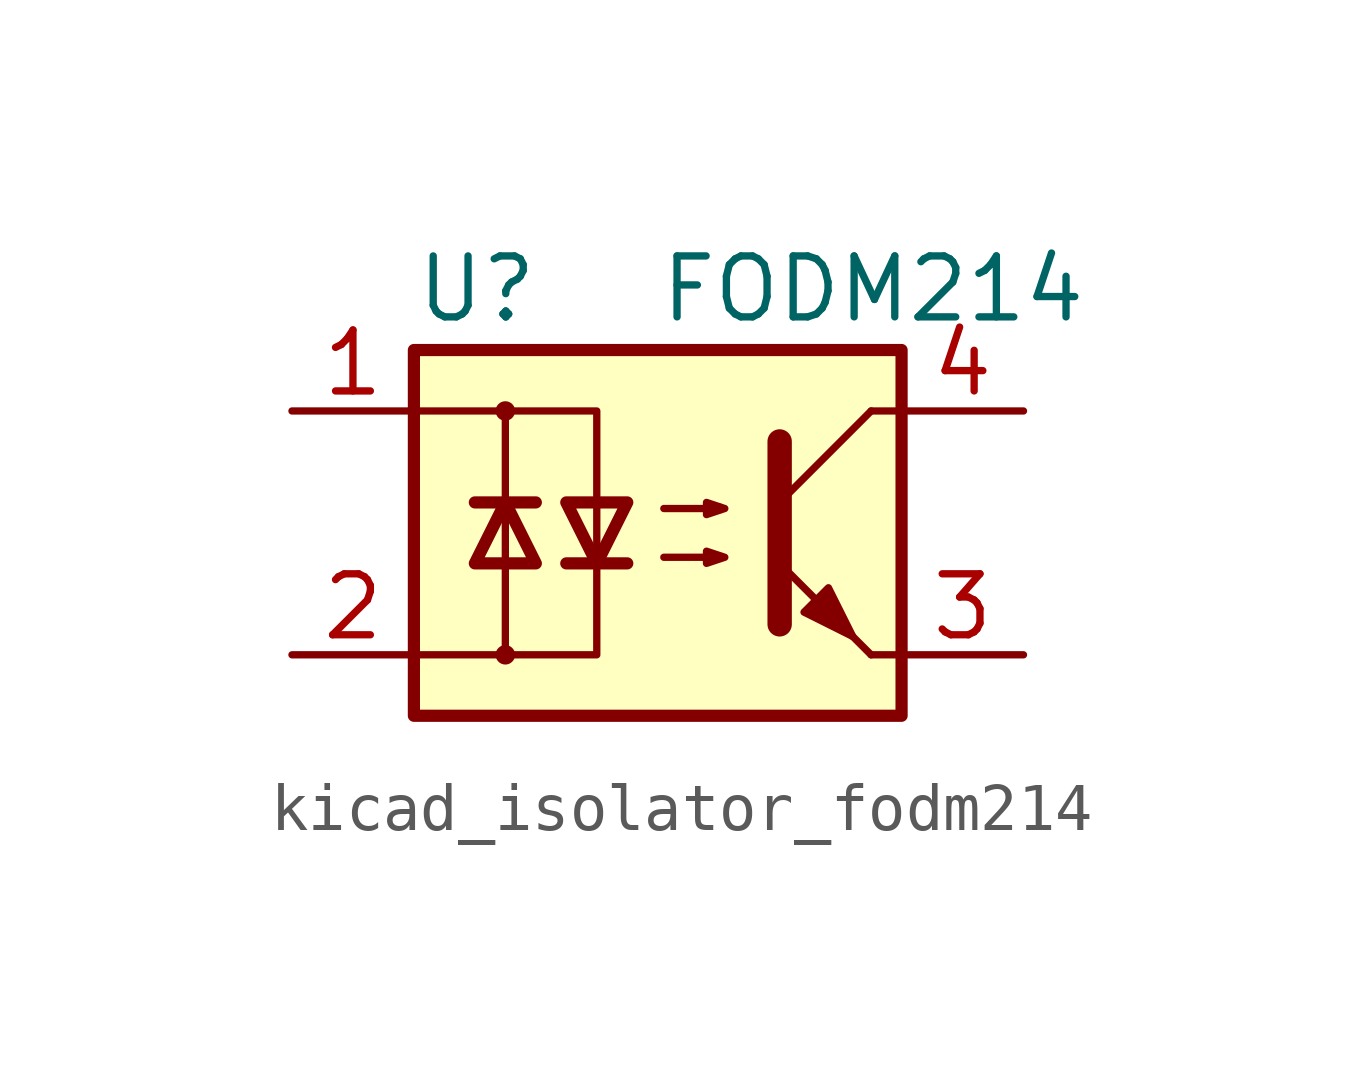
<source format=kicad_sym>
(kicad_symbol_lib
  (version 20220914)
  (generator kicad_symbol_editor)
  (symbol "kicad_isolator_fodm214"
    (property "Reference" "U"
      (at -5.08 5.08 0)
      (effects (font (size 1.27 1.27)) (justify left)))
    (property "Value" "FODM214"
      (at 0 5.08 0)
      (effects (font (size 1.27 1.27)) (justify left)))
    (symbol "kicad_isolator_fodm214_0_1"
      (rectangle (start -5.08 3.81) (end 5.08 -3.81) (stroke (width 0.254) (type default)) (fill (type background)))
      (circle (center -3.175 -2.54) (radius 0.127) (stroke (width 0) (type default)) (fill (type none)))
      (circle (center -3.175 2.54) (radius 0.127) (stroke (width 0) (type default)) (fill (type none)))
      (polyline (pts (xy -3.81 0.635) (xy -2.54 0.635)) (stroke (width 0.254) (type default)) (fill (type none)))
      (polyline (pts (xy -3.175 -0.635) (xy -3.175 -2.54)) (stroke (width 0) (type default)) (fill (type none)))
      (polyline (pts (xy -3.175 -0.635) (xy -3.175 2.54)) (stroke (width 0) (type default)) (fill (type none)))
      (polyline (pts (xy -1.905 -0.635) (xy -0.635 -0.635)) (stroke (width 0.254) (type default)) (fill (type none)))
      (polyline (pts (xy 2.54 0.635) (xy 4.445 2.54)) (stroke (width 0) (type default)) (fill (type none)))
      (polyline (pts (xy 4.445 -2.54) (xy 2.54 -0.635)) (stroke (width 0) (type default)) (fill (type outline)))
      (polyline (pts (xy 4.445 -2.54) (xy 5.08 -2.54)) (stroke (width 0) (type default)) (fill (type none)))
      (polyline (pts (xy 4.445 2.54) (xy 5.08 2.54)) (stroke (width 0) (type default)) (fill (type none)))
      (polyline (pts (xy -5.08 2.54) (xy -1.27 2.54) (xy -1.27 -0.635)) (stroke (width 0) (type default)) (fill (type none)))
      (polyline (pts (xy -1.27 -0.635) (xy -1.27 -2.54) (xy -5.08 -2.54)) (stroke (width 0) (type default)) (fill (type none)))
      (polyline (pts (xy 2.54 1.905) (xy 2.54 -1.905) (xy 2.54 -1.905)) (stroke (width 0.508) (type default)) (fill (type none)))
      (polyline (pts (xy -3.175 0.635) (xy -3.81 -0.635) (xy -2.54 -0.635) (xy -3.175 0.635)) (stroke (width 0.254) (type default)) (fill (type none)))
      (polyline (pts (xy -1.27 -0.635) (xy -1.905 0.635) (xy -0.635 0.635) (xy -1.27 -0.635)) (stroke (width 0.254) (type default)) (fill (type none)))
      (polyline (pts (xy 0.127 -0.508) (xy 1.397 -0.508) (xy 1.016 -0.635) (xy 1.016 -0.381) (xy 1.397 -0.508)) (stroke (width 0) (type default)) (fill (type none)))
      (polyline (pts (xy 0.127 0.508) (xy 1.397 0.508) (xy 1.016 0.381) (xy 1.016 0.635) (xy 1.397 0.508)) (stroke (width 0) (type default)) (fill (type none)))
      (polyline (pts (xy 3.048 -1.651) (xy 3.556 -1.143) (xy 4.064 -2.159) (xy 3.048 -1.651) (xy 3.048 -1.651)) (stroke (width 0) (type default)) (fill (type outline))))
    (symbol "kicad_isolator_fodm214_1_1"
      (pin passive line (at -7.62 2.54 0) (length 2.54) (name "~" (effects (font (size 1.27 1.27)))) (number "1" (effects (font (size 1.27 1.27)))))
      (pin passive line (at -7.62 -2.54 0) (length 2.54) (name "~" (effects (font (size 1.27 1.27)))) (number "2" (effects (font (size 1.27 1.27)))))
      (pin passive line (at 7.62 -2.54 180) (length 2.54) (name "~" (effects (font (size 1.27 1.27)))) (number "3" (effects (font (size 1.27 1.27)))))
      (pin passive line (at 7.62 2.54 180) (length 2.54) (name "~" (effects (font (size 1.27 1.27)))) (number "4" (effects (font (size 1.27 1.27))))))))
</source>
